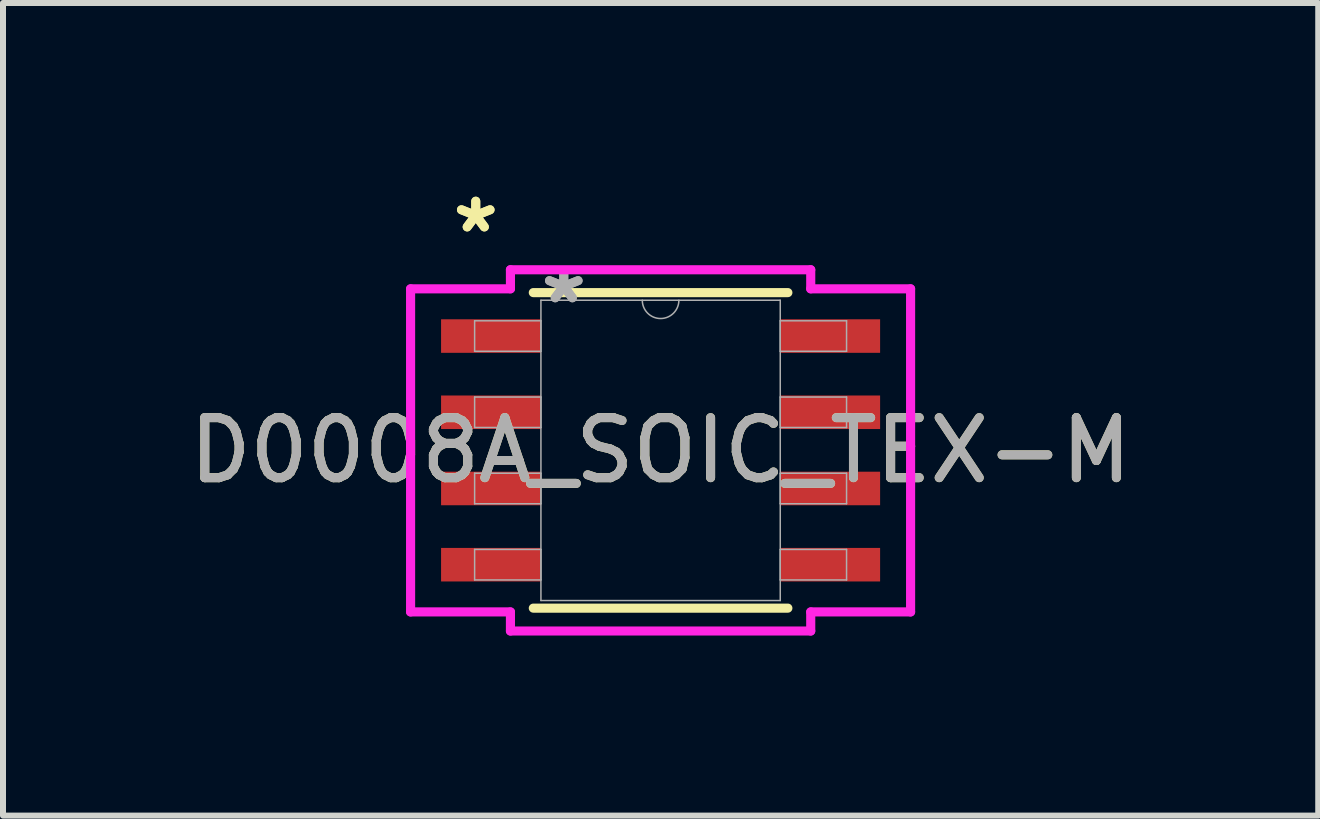
<source format=kicad_pcb>
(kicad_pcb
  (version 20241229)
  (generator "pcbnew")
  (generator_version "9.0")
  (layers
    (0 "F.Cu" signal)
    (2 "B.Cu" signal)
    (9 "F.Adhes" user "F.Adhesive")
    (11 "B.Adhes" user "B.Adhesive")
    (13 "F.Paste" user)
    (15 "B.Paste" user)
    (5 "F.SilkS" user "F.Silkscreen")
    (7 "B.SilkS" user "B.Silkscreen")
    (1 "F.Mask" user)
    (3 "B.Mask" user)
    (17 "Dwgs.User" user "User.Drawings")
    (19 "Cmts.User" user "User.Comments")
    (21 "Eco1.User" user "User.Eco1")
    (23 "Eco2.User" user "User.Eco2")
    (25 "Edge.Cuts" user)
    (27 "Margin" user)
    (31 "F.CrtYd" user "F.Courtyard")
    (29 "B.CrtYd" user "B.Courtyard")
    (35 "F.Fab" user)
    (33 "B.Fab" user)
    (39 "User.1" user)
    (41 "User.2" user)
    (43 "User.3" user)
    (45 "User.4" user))
  (footprint "D0008A_SOIC_TEX-M"
    (layer "F.Cu")
    (at 7.958 4.455)
    (property "Reference" "D0008A_SOIC_TEX-M" (at 0 0 0) (unlocked yes) (layer "F.SilkS") (effects (font (size 1 1) (thickness 0.15))))
    (attr smd)
    (fp_line (start -2.121 2.629) (end 2.121 2.629) (stroke (width 0.152) (type solid)) (layer "F.SilkS"))
    (fp_line (start 2.121 -2.629) (end -2.121 -2.629) (stroke (width 0.152) (type solid)) (layer "F.SilkS"))
    (fp_line (start -4.166 -2.692) (end -2.502 -2.692) (stroke (width 0.152) (type solid)) (layer "F.CrtYd"))
    (fp_line (start -4.166 2.692) (end -4.166 -2.692) (stroke (width 0.152) (type solid)) (layer "F.CrtYd"))
    (fp_line (start -4.166 2.692) (end -2.502 2.692) (stroke (width 0.152) (type solid)) (layer "F.CrtYd"))
    (fp_line (start -2.502 -3.01) (end 2.502 -3.01) (stroke (width 0.152) (type solid)) (layer "F.CrtYd"))
    (fp_line (start -2.502 -2.692) (end -2.502 -3.01) (stroke (width 0.152) (type solid)) (layer "F.CrtYd"))
    (fp_line (start -2.502 3.01) (end -2.502 2.692) (stroke (width 0.152) (type solid)) (layer "F.CrtYd"))
    (fp_line (start 2.502 -3.01) (end 2.502 -2.692) (stroke (width 0.152) (type solid)) (layer "F.CrtYd"))
    (fp_line (start 2.502 2.692) (end 2.502 3.01) (stroke (width 0.152) (type solid)) (layer "F.CrtYd"))
    (fp_line (start 2.502 3.01) (end -2.502 3.01) (stroke (width 0.152) (type solid)) (layer "F.CrtYd"))
    (fp_line (start 4.166 -2.692) (end 2.502 -2.692) (stroke (width 0.152) (type solid)) (layer "F.CrtYd"))
    (fp_line (start 4.166 -2.692) (end 4.166 2.692) (stroke (width 0.152) (type solid)) (layer "F.CrtYd"))
    (fp_line (start 4.166 2.692) (end 2.502 2.692) (stroke (width 0.152) (type solid)) (layer "F.CrtYd"))
    (fp_line (start -3.099 -2.159) (end -3.099 -1.651) (stroke (width 0.025) (type solid)) (layer "F.Fab"))
    (fp_line (start -3.099 -1.651) (end -1.994 -1.651) (stroke (width 0.025) (type solid)) (layer "F.Fab"))
    (fp_line (start -3.099 -0.889) (end -3.099 -0.381) (stroke (width 0.025) (type solid)) (layer "F.Fab"))
    (fp_line (start -3.099 -0.381) (end -1.994 -0.381) (stroke (width 0.025) (type solid)) (layer "F.Fab"))
    (fp_line (start -3.099 0.381) (end -3.099 0.889) (stroke (width 0.025) (type solid)) (layer "F.Fab"))
    (fp_line (start -3.099 0.889) (end -1.994 0.889) (stroke (width 0.025) (type solid)) (layer "F.Fab"))
    (fp_line (start -3.099 1.651) (end -3.099 2.159) (stroke (width 0.025) (type solid)) (layer "F.Fab"))
    (fp_line (start -3.099 2.159) (end -1.994 2.159) (stroke (width 0.025) (type solid)) (layer "F.Fab"))
    (fp_line (start -1.994 -2.502) (end -1.994 2.502) (stroke (width 0.025) (type solid)) (layer "F.Fab"))
    (fp_line (start -1.994 -2.159) (end -3.099 -2.159) (stroke (width 0.025) (type solid)) (layer "F.Fab"))
    (fp_line (start -1.994 -1.651) (end -1.994 -2.159) (stroke (width 0.025) (type solid)) (layer "F.Fab"))
    (fp_line (start -1.994 -0.889) (end -3.099 -0.889) (stroke (width 0.025) (type solid)) (layer "F.Fab"))
    (fp_line (start -1.994 -0.381) (end -1.994 -0.889) (stroke (width 0.025) (type solid)) (layer "F.Fab"))
    (fp_line (start -1.994 0.381) (end -3.099 0.381) (stroke (width 0.025) (type solid)) (layer "F.Fab"))
    (fp_line (start -1.994 0.889) (end -1.994 0.381) (stroke (width 0.025) (type solid)) (layer "F.Fab"))
    (fp_line (start -1.994 1.651) (end -3.099 1.651) (stroke (width 0.025) (type solid)) (layer "F.Fab"))
    (fp_line (start -1.994 2.159) (end -1.994 1.651) (stroke (width 0.025) (type solid)) (layer "F.Fab"))
    (fp_line (start -1.994 2.502) (end 1.994 2.502) (stroke (width 0.025) (type solid)) (layer "F.Fab"))
    (fp_line (start 1.994 -2.502) (end -1.994 -2.502) (stroke (width 0.025) (type solid)) (layer "F.Fab"))
    (fp_line (start 1.994 -2.159) (end 1.994 -1.651) (stroke (width 0.025) (type solid)) (layer "F.Fab"))
    (fp_line (start 1.994 -1.651) (end 3.099 -1.651) (stroke (width 0.025) (type solid)) (layer "F.Fab"))
    (fp_line (start 1.994 -0.889) (end 1.994 -0.381) (stroke (width 0.025) (type solid)) (layer "F.Fab"))
    (fp_line (start 1.994 -0.381) (end 3.099 -0.381) (stroke (width 0.025) (type solid)) (layer "F.Fab"))
    (fp_line (start 1.994 0.381) (end 1.994 0.889) (stroke (width 0.025) (type solid)) (layer "F.Fab"))
    (fp_line (start 1.994 0.889) (end 3.099 0.889) (stroke (width 0.025) (type solid)) (layer "F.Fab"))
    (fp_line (start 1.994 1.651) (end 1.994 2.159) (stroke (width 0.025) (type solid)) (layer "F.Fab"))
    (fp_line (start 1.994 2.159) (end 3.099 2.159) (stroke (width 0.025) (type solid)) (layer "F.Fab"))
    (fp_line (start 1.994 2.502) (end 1.994 -2.502) (stroke (width 0.025) (type solid)) (layer "F.Fab"))
    (fp_line (start 3.099 -2.159) (end 1.994 -2.159) (stroke (width 0.025) (type solid)) (layer "F.Fab"))
    (fp_line (start 3.099 -1.651) (end 3.099 -2.159) (stroke (width 0.025) (type solid)) (layer "F.Fab"))
    (fp_line (start 3.099 -0.889) (end 1.994 -0.889) (stroke (width 0.025) (type solid)) (layer "F.Fab"))
    (fp_line (start 3.099 -0.381) (end 3.099 -0.889) (stroke (width 0.025) (type solid)) (layer "F.Fab"))
    (fp_line (start 3.099 0.381) (end 1.994 0.381) (stroke (width 0.025) (type solid)) (layer "F.Fab"))
    (fp_line (start 3.099 0.889) (end 3.099 0.381) (stroke (width 0.025) (type solid)) (layer "F.Fab"))
    (fp_line (start 3.099 1.651) (end 1.994 1.651) (stroke (width 0.025) (type solid)) (layer "F.Fab"))
    (fp_line (start 3.099 2.159) (end 3.099 1.651) (stroke (width 0.025) (type solid)) (layer "F.Fab"))
    (fp_arc (start 0.3048 -2.5019) (mid 0 -2.1971) (end -0.3048 -2.5019) (stroke (width 0.0254) (type solid)) (layer "F.Fab"))
    (fp_text user "*" (at -3.08 -3.607 0) (layer "F.SilkS") (effects (font (size 1 1) (thickness 0.15))))
    (fp_text user "*" (at -3.08 -3.607 0) (unlocked yes) (layer "F.SilkS") (effects (font (size 1 1) (thickness 0.15))))
    (fp_text user "*" (at -1.613 -2.426 0) (layer "F.Fab") (effects (font (size 1 1) (thickness 0.15))))
    (fp_text user "*" (at -1.613 -2.426 0) (unlocked yes) (layer "F.Fab") (effects (font (size 1 1) (thickness 0.15))))
    (fp_text user "${REFERENCE}" (at 0 0 0) (unlocked yes) (layer "F.Fab") (effects (font (size 1 1) (thickness 0.15))))
    (pad "1" smd rect (at -2.826 -1.905) (size 1.664 0.559) (layers "F.Cu" "F.Mask" "F.Paste"))
    (pad "2" smd rect (at -2.826 -0.635) (size 1.664 0.559) (layers "F.Cu" "F.Mask" "F.Paste"))
    (pad "3" smd rect (at -2.826 0.635) (size 1.664 0.559) (layers "F.Cu" "F.Mask" "F.Paste"))
    (pad "4" smd rect (at -2.826 1.905) (size 1.664 0.559) (layers "F.Cu" "F.Mask" "F.Paste"))
    (pad "5" smd rect (at 2.826 1.905) (size 1.664 0.559) (layers "F.Cu" "F.Mask" "F.Paste"))
    (pad "6" smd rect (at 2.826 0.635) (size 1.664 0.559) (layers "F.Cu" "F.Mask" "F.Paste"))
    (pad "7" smd rect (at 2.826 -0.635) (size 1.664 0.559) (layers "F.Cu" "F.Mask" "F.Paste"))
    (pad "8" smd rect (at 2.826 -1.905) (size 1.664 0.559) (layers "F.Cu" "F.Mask" "F.Paste")))
  (gr_rect
    (start -3 -3)
    (end 18.917 10.541)
    (stroke (width 0.1) (type default))
    (fill no)
    (layer "Edge.Cuts")))
</source>
